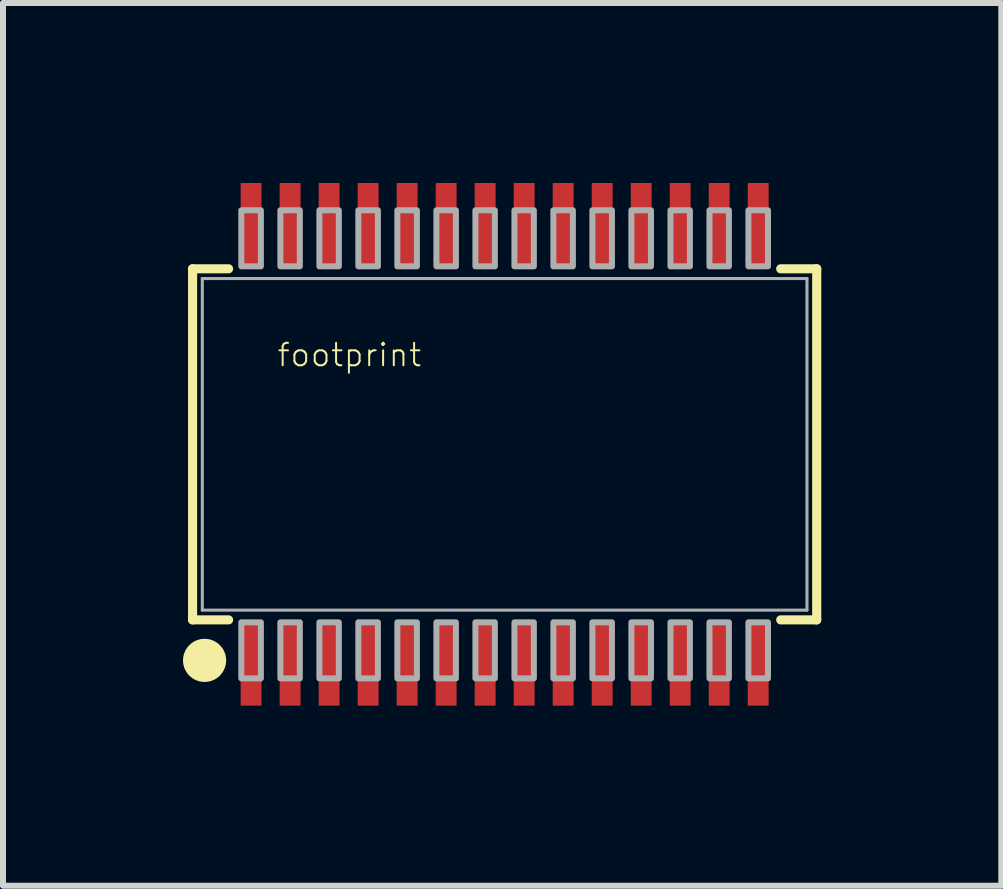
<source format=kicad_pcb>
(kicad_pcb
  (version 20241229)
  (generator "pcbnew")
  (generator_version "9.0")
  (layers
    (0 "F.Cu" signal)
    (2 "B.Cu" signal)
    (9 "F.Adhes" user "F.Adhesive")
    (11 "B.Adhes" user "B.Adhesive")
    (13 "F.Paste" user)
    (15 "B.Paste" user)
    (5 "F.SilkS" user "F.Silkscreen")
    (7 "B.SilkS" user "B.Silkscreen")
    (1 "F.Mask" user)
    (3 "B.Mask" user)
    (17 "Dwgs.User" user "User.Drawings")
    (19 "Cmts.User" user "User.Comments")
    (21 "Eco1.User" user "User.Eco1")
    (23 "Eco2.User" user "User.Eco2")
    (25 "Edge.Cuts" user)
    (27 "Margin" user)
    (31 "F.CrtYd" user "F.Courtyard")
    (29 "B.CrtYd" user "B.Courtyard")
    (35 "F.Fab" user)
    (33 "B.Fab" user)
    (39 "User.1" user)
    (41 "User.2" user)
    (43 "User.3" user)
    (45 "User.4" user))
  (footprint "footprint"
    (layer "F.Cu")
    (at 5.359 4.354)
    (property "Reference" "footprint" (at -3.81 -1.27 0) (layer "F.SilkS") (effects (font (size 0.374 0.374) (thickness 0.033)) (justify left bottom)))
    (fp_line (start -5.2 -2.925) (end -4.6 -2.925) (stroke (width 0.152) (type solid)) (layer "F.SilkS"))
    (fp_line (start -5.2 2.925) (end -5.2 -2.925) (stroke (width 0.152) (type solid)) (layer "F.SilkS"))
    (fp_line (start -5.2 2.925) (end -4.6 2.925) (stroke (width 0.152) (type solid)) (layer "F.SilkS"))
    (fp_line (start 5.2 -2.925) (end 4.6 -2.925) (stroke (width 0.152) (type solid)) (layer "F.SilkS"))
    (fp_line (start 5.2 -2.925) (end 5.2 2.925) (stroke (width 0.152) (type solid)) (layer "F.SilkS"))
    (fp_line (start 5.2 2.925) (end 4.6 2.925) (stroke (width 0.152) (type solid)) (layer "F.SilkS"))
    (fp_circle (center -5 3.6) (end -4.82 3.6) (stroke (width 0.359) (type solid)) (fill yes) (layer "F.SilkS"))
    (fp_line (start -5.038 -2.763) (end 5.038 -2.763) (stroke (width 0.051) (type solid)) (layer "F.Fab"))
    (fp_line (start -5.038 2.763) (end -5.038 -2.763) (stroke (width 0.051) (type solid)) (layer "F.Fab"))
    (fp_line (start 5.038 -2.763) (end 5.038 2.763) (stroke (width 0.051) (type solid)) (layer "F.Fab"))
    (fp_line (start 5.038 2.763) (end -5.038 2.763) (stroke (width 0.051) (type solid)) (layer "F.Fab"))
    (fp_poly (pts (xy -4.388 -2.966) (xy -4.062 -2.966) (xy -4.062 -3.9) (xy -4.388 -3.9)) (stroke (width 0.1) (type solid)) (fill no) (layer "F.Fab"))
    (fp_poly (pts (xy -4.388 3.9) (xy -4.062 3.9) (xy -4.062 2.966) (xy -4.388 2.966)) (stroke (width 0.1) (type solid)) (fill no) (layer "F.Fab"))
    (fp_poly (pts (xy -3.737 -2.966) (xy -3.413 -2.966) (xy -3.413 -3.9) (xy -3.737 -3.9)) (stroke (width 0.1) (type solid)) (fill no) (layer "F.Fab"))
    (fp_poly (pts (xy -3.737 3.9) (xy -3.413 3.9) (xy -3.413 2.966) (xy -3.737 2.966)) (stroke (width 0.1) (type solid)) (fill no) (layer "F.Fab"))
    (fp_poly (pts (xy -3.087 -2.966) (xy -2.763 -2.966) (xy -2.763 -3.9) (xy -3.087 -3.9)) (stroke (width 0.1) (type solid)) (fill no) (layer "F.Fab"))
    (fp_poly (pts (xy -3.087 3.9) (xy -2.763 3.9) (xy -2.763 2.966) (xy -3.087 2.966)) (stroke (width 0.1) (type solid)) (fill no) (layer "F.Fab"))
    (fp_poly (pts (xy -2.438 -2.966) (xy -2.112 -2.966) (xy -2.112 -3.9) (xy -2.438 -3.9)) (stroke (width 0.1) (type solid)) (fill no) (layer "F.Fab"))
    (fp_poly (pts (xy -2.438 3.9) (xy -2.112 3.9) (xy -2.112 2.966) (xy -2.438 2.966)) (stroke (width 0.1) (type solid)) (fill no) (layer "F.Fab"))
    (fp_poly (pts (xy -1.788 -2.966) (xy -1.462 -2.966) (xy -1.462 -3.9) (xy -1.788 -3.9)) (stroke (width 0.1) (type solid)) (fill no) (layer "F.Fab"))
    (fp_poly (pts (xy -1.788 3.9) (xy -1.462 3.9) (xy -1.462 2.966) (xy -1.788 2.966)) (stroke (width 0.1) (type solid)) (fill no) (layer "F.Fab"))
    (fp_poly (pts (xy -1.137 -2.966) (xy -0.812 -2.966) (xy -0.812 -3.9) (xy -1.137 -3.9)) (stroke (width 0.1) (type solid)) (fill no) (layer "F.Fab"))
    (fp_poly (pts (xy -1.137 3.9) (xy -0.812 3.9) (xy -0.812 2.966) (xy -1.137 2.966)) (stroke (width 0.1) (type solid)) (fill no) (layer "F.Fab"))
    (fp_poly (pts (xy -0.487 -2.966) (xy -0.163 -2.966) (xy -0.163 -3.9) (xy -0.487 -3.9)) (stroke (width 0.1) (type solid)) (fill no) (layer "F.Fab"))
    (fp_poly (pts (xy -0.487 3.9) (xy -0.163 3.9) (xy -0.163 2.966) (xy -0.487 2.966)) (stroke (width 0.1) (type solid)) (fill no) (layer "F.Fab"))
    (fp_poly (pts (xy 0.163 -2.966) (xy 0.487 -2.966) (xy 0.487 -3.9) (xy 0.163 -3.9)) (stroke (width 0.1) (type solid)) (fill no) (layer "F.Fab"))
    (fp_poly (pts (xy 0.163 3.9) (xy 0.487 3.9) (xy 0.487 2.966) (xy 0.163 2.966)) (stroke (width 0.1) (type solid)) (fill no) (layer "F.Fab"))
    (fp_poly (pts (xy 0.812 -2.966) (xy 1.137 -2.966) (xy 1.137 -3.9) (xy 0.812 -3.9)) (stroke (width 0.1) (type solid)) (fill no) (layer "F.Fab"))
    (fp_poly (pts (xy 0.812 3.9) (xy 1.137 3.9) (xy 1.137 2.966) (xy 0.812 2.966)) (stroke (width 0.1) (type solid)) (fill no) (layer "F.Fab"))
    (fp_poly (pts (xy 1.462 -2.966) (xy 1.788 -2.966) (xy 1.788 -3.9) (xy 1.462 -3.9)) (stroke (width 0.1) (type solid)) (fill no) (layer "F.Fab"))
    (fp_poly (pts (xy 1.462 3.9) (xy 1.788 3.9) (xy 1.788 2.966) (xy 1.462 2.966)) (stroke (width 0.1) (type solid)) (fill no) (layer "F.Fab"))
    (fp_poly (pts (xy 2.112 -2.966) (xy 2.438 -2.966) (xy 2.438 -3.9) (xy 2.112 -3.9)) (stroke (width 0.1) (type solid)) (fill no) (layer "F.Fab"))
    (fp_poly (pts (xy 2.112 3.9) (xy 2.438 3.9) (xy 2.438 2.966) (xy 2.112 2.966)) (stroke (width 0.1) (type solid)) (fill no) (layer "F.Fab"))
    (fp_poly (pts (xy 2.763 -2.966) (xy 3.087 -2.966) (xy 3.087 -3.9) (xy 2.763 -3.9)) (stroke (width 0.1) (type solid)) (fill no) (layer "F.Fab"))
    (fp_poly (pts (xy 2.763 3.9) (xy 3.087 3.9) (xy 3.087 2.966) (xy 2.763 2.966)) (stroke (width 0.1) (type solid)) (fill no) (layer "F.Fab"))
    (fp_poly (pts (xy 3.413 -2.966) (xy 3.737 -2.966) (xy 3.737 -3.9) (xy 3.413 -3.9)) (stroke (width 0.1) (type solid)) (fill no) (layer "F.Fab"))
    (fp_poly (pts (xy 3.413 3.9) (xy 3.737 3.9) (xy 3.737 2.966) (xy 3.413 2.966)) (stroke (width 0.1) (type solid)) (fill no) (layer "F.Fab"))
    (fp_poly (pts (xy 4.062 -2.966) (xy 4.388 -2.966) (xy 4.388 -3.9) (xy 4.062 -3.9)) (stroke (width 0.1) (type solid)) (fill no) (layer "F.Fab"))
    (fp_poly (pts (xy 4.062 3.9) (xy 4.388 3.9) (xy 4.388 2.966) (xy 4.062 2.966)) (stroke (width 0.1) (type solid)) (fill no) (layer "F.Fab"))
    (pad "1" smd rect (at -4.225 3.656) (size 0.348 1.397) (layers "F.Cu" "F.Mask" "F.Paste"))
    (pad "2" smd rect (at -3.575 3.656) (size 0.348 1.397) (layers "F.Cu" "F.Mask" "F.Paste"))
    (pad "3" smd rect (at -2.925 3.656) (size 0.348 1.397) (layers "F.Cu" "F.Mask" "F.Paste"))
    (pad "4" smd rect (at -2.275 3.656) (size 0.348 1.397) (layers "F.Cu" "F.Mask" "F.Paste"))
    (pad "5" smd rect (at -1.625 3.656) (size 0.348 1.397) (layers "F.Cu" "F.Mask" "F.Paste"))
    (pad "6" smd rect (at -0.975 3.656) (size 0.348 1.397) (layers "F.Cu" "F.Mask" "F.Paste"))
    (pad "7" smd rect (at -0.325 3.656) (size 0.348 1.397) (layers "F.Cu" "F.Mask" "F.Paste"))
    (pad "8" smd rect (at 0.325 3.656) (size 0.348 1.397) (layers "F.Cu" "F.Mask" "F.Paste"))
    (pad "9" smd rect (at 0.975 3.656) (size 0.348 1.397) (layers "F.Cu" "F.Mask" "F.Paste"))
    (pad "10" smd rect (at 1.625 3.656) (size 0.348 1.397) (layers "F.Cu" "F.Mask" "F.Paste"))
    (pad "11" smd rect (at 2.275 3.656) (size 0.348 1.397) (layers "F.Cu" "F.Mask" "F.Paste"))
    (pad "12" smd rect (at 2.925 3.656) (size 0.348 1.397) (layers "F.Cu" "F.Mask" "F.Paste"))
    (pad "13" smd rect (at 3.575 3.656) (size 0.348 1.397) (layers "F.Cu" "F.Mask" "F.Paste"))
    (pad "14" smd rect (at 4.225 3.656) (size 0.348 1.397) (layers "F.Cu" "F.Mask" "F.Paste"))
    (pad "15" smd rect (at 4.225 -3.656) (size 0.348 1.397) (layers "F.Cu" "F.Mask" "F.Paste"))
    (pad "16" smd rect (at 3.575 -3.656) (size 0.348 1.397) (layers "F.Cu" "F.Mask" "F.Paste"))
    (pad "17" smd rect (at 2.925 -3.656) (size 0.348 1.397) (layers "F.Cu" "F.Mask" "F.Paste"))
    (pad "18" smd rect (at 2.275 -3.656) (size 0.348 1.397) (layers "F.Cu" "F.Mask" "F.Paste"))
    (pad "19" smd rect (at 1.625 -3.656) (size 0.348 1.397) (layers "F.Cu" "F.Mask" "F.Paste"))
    (pad "20" smd rect (at 0.975 -3.656) (size 0.348 1.397) (layers "F.Cu" "F.Mask" "F.Paste"))
    (pad "21" smd rect (at 0.325 -3.656) (size 0.348 1.397) (layers "F.Cu" "F.Mask" "F.Paste"))
    (pad "22" smd rect (at -0.325 -3.656) (size 0.348 1.397) (layers "F.Cu" "F.Mask" "F.Paste"))
    (pad "23" smd rect (at -0.975 -3.656) (size 0.348 1.397) (layers "F.Cu" "F.Mask" "F.Paste"))
    (pad "24" smd rect (at -1.625 -3.656) (size 0.348 1.397) (layers "F.Cu" "F.Mask" "F.Paste"))
    (pad "25" smd rect (at -2.275 -3.656) (size 0.348 1.397) (layers "F.Cu" "F.Mask" "F.Paste"))
    (pad "26" smd rect (at -2.925 -3.656) (size 0.348 1.397) (layers "F.Cu" "F.Mask" "F.Paste"))
    (pad "27" smd rect (at -3.575 -3.656) (size 0.348 1.397) (layers "F.Cu" "F.Mask" "F.Paste"))
    (pad "28" smd rect (at -4.225 -3.656) (size 0.348 1.397) (layers "F.Cu" "F.Mask" "F.Paste")))
  (gr_rect
    (start -3 -3)
    (end 13.635 11.709)
    (stroke (width 0.1) (type default))
    (fill no)
    (layer "Edge.Cuts")))
</source>
